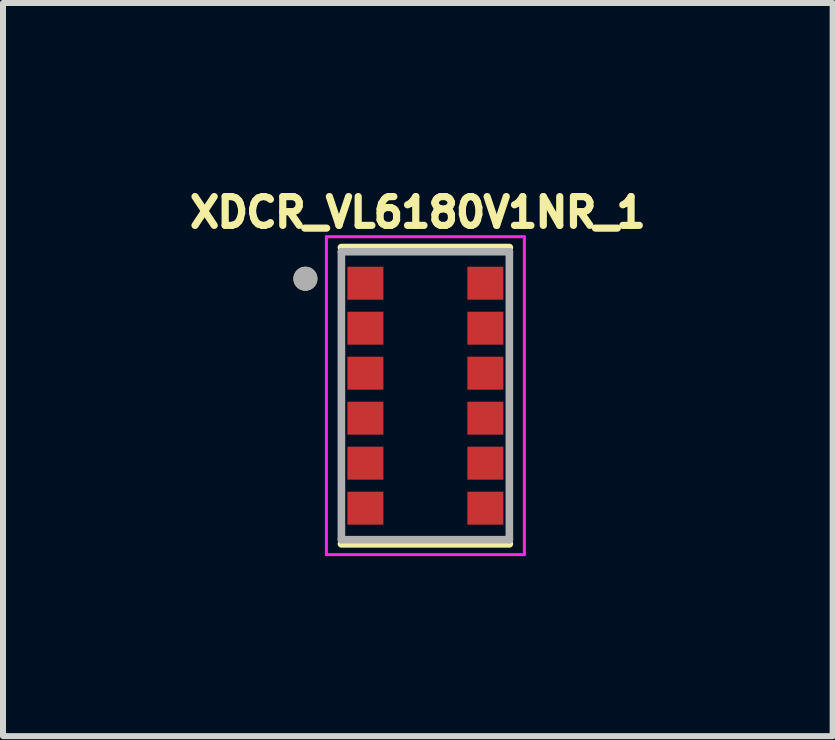
<source format=kicad_pcb>
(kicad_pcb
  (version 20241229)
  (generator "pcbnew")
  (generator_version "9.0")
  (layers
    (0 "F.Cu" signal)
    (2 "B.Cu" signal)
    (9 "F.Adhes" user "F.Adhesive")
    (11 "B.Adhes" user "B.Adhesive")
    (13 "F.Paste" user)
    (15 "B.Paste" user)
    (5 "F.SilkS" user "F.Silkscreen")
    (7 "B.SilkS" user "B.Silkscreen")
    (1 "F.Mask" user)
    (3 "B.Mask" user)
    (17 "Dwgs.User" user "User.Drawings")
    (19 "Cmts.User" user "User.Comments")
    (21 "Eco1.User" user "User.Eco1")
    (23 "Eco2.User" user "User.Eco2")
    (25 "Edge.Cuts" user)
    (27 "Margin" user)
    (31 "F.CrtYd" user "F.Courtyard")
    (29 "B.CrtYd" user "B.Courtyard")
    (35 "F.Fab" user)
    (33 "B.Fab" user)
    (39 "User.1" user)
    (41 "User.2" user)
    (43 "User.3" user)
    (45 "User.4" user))
  (footprint "XDCR_VL6180V1NR_1"
    (layer "F.Cu")
    (at 4.041 3.546)
    (property "Reference" "XDCR_VL6180V1NR_1" (at -0.126 -3.055 0) (layer "F.SilkS") (effects (font (size 0.48 0.48) (thickness 0.15))))
    (attr smd)
    (fp_line (start -1.4 -2.47) (end 1.4 -2.47) (stroke (width 0.127) (type solid)) (layer "F.SilkS"))
    (fp_line (start 1.4 2.47) (end -1.4 2.47) (stroke (width 0.127) (type solid)) (layer "F.SilkS"))
    (fp_circle (center -2 -1.95) (end -1.9 -1.95) (stroke (width 0.2) (type solid)) (fill no) (layer "F.SilkS"))
    (fp_line (start -1.65 -2.65) (end -1.65 2.65) (stroke (width 0.05) (type solid)) (layer "F.CrtYd"))
    (fp_line (start -1.65 2.65) (end 1.65 2.65) (stroke (width 0.05) (type solid)) (layer "F.CrtYd"))
    (fp_line (start 1.65 -2.65) (end -1.65 -2.65) (stroke (width 0.05) (type solid)) (layer "F.CrtYd"))
    (fp_line (start 1.65 2.65) (end 1.65 -2.65) (stroke (width 0.05) (type solid)) (layer "F.CrtYd"))
    (fp_line (start -1.4 -2.4) (end 1.4 -2.4) (stroke (width 0.127) (type solid)) (layer "F.Fab"))
    (fp_line (start -1.4 2.4) (end -1.4 -2.4) (stroke (width 0.127) (type solid)) (layer "F.Fab"))
    (fp_line (start 1.4 -2.4) (end 1.4 2.4) (stroke (width 0.127) (type solid)) (layer "F.Fab"))
    (fp_line (start 1.4 2.4) (end -1.4 2.4) (stroke (width 0.127) (type solid)) (layer "F.Fab"))
    (fp_circle (center -2 -1.95) (end -1.9 -1.95) (stroke (width 0.2) (type solid)) (fill no) (layer "F.Fab"))
    (pad "1" smd rect (at -1 -1.875) (size 0.6 0.55) (layers "F.Cu" "F.Mask" "F.Paste"))
    (pad "2" smd rect (at -1 -1.125) (size 0.6 0.55) (layers "F.Cu" "F.Mask" "F.Paste"))
    (pad "3" smd rect (at -1 -0.375) (size 0.6 0.55) (layers "F.Cu" "F.Mask" "F.Paste"))
    (pad "4" smd rect (at -1 0.375) (size 0.6 0.55) (layers "F.Cu" "F.Mask" "F.Paste"))
    (pad "5" smd rect (at -1 1.125) (size 0.6 0.55) (layers "F.Cu" "F.Mask" "F.Paste"))
    (pad "6" smd rect (at -1 1.875) (size 0.6 0.55) (layers "F.Cu" "F.Mask" "F.Paste"))
    (pad "7" smd rect (at 1 1.875) (size 0.6 0.55) (layers "F.Cu" "F.Mask" "F.Paste"))
    (pad "8" smd rect (at 1 1.125) (size 0.6 0.55) (layers "F.Cu" "F.Mask" "F.Paste"))
    (pad "9" smd rect (at 1 0.375) (size 0.6 0.55) (layers "F.Cu" "F.Mask" "F.Paste"))
    (pad "10" smd rect (at 1 -0.375) (size 0.6 0.55) (layers "F.Cu" "F.Mask" "F.Paste"))
    (pad "11" smd rect (at 1 -1.125) (size 0.6 0.55) (layers "F.Cu" "F.Mask" "F.Paste"))
    (pad "12" smd rect (at 1 -1.875) (size 0.6 0.55) (layers "F.Cu" "F.Mask" "F.Paste")))
  (gr_rect
    (start -3 -3)
    (end 10.83 9.221)
    (stroke (width 0.1) (type default))
    (fill no)
    (layer "Edge.Cuts")))
</source>
